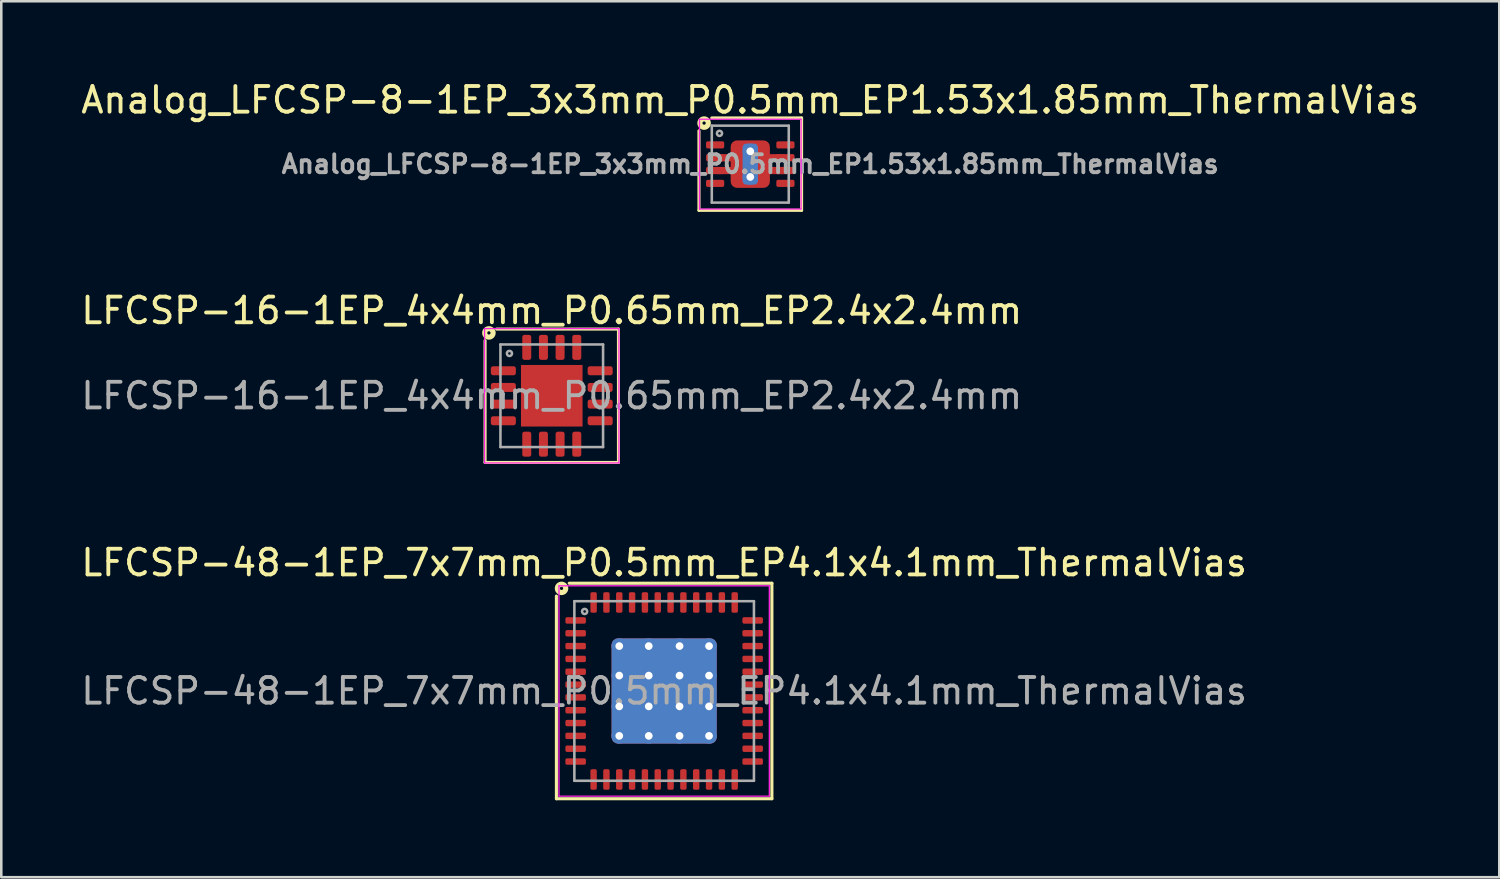
<source format=kicad_pcb>
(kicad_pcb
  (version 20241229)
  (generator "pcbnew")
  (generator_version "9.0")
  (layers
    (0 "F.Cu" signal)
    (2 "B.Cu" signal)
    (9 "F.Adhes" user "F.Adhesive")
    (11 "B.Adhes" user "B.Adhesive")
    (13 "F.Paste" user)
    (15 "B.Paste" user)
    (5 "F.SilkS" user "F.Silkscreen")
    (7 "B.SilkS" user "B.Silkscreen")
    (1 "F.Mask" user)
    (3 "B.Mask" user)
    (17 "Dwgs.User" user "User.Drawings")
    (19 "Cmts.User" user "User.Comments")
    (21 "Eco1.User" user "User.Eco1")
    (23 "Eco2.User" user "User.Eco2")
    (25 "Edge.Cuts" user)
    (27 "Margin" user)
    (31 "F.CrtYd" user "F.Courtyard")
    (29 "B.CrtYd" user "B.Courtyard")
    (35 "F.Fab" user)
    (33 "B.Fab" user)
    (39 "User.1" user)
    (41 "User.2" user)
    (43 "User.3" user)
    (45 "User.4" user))
  (footprint "LFCSP-16-1EP_4x4mm_P0.65mm_EP2.4x2.4mm"
    (layer "F.Cu")
    (at 18.458 12.377)
    (property "Reference" "LFCSP-16-1EP_4x4mm_P0.65mm_EP2.4x2.4mm" (at 0 -3.32 0) (layer "F.SilkS") (effects (font (size 1 1) (thickness 0.15))))
    (attr smd)
    (fp_line (start -2.6 2.6) (end -2.6 -2.15) (stroke (width 0.12) (type solid)) (layer "F.SilkS"))
    (fp_line (start 2.6 -2.6) (end -2.15 -2.6) (stroke (width 0.12) (type solid)) (layer "F.SilkS"))
    (fp_line (start 2.6 -2.6) (end 2.6 2.6) (stroke (width 0.12) (type solid)) (layer "F.SilkS"))
    (fp_line (start 2.6 2.6) (end -2.6 2.6) (stroke (width 0.12) (type solid)) (layer "F.SilkS"))
    (fp_circle (center -2.45 -2.45) (end -2.386 -2.45) (stroke (width 0.2) (type solid)) (fill no) (layer "F.SilkS"))
    (fp_line (start -2.62 -2.62) (end -2.62 2.62) (stroke (width 0.05) (type solid)) (layer "F.CrtYd"))
    (fp_line (start -2.62 2.62) (end 2.62 2.62) (stroke (width 0.05) (type solid)) (layer "F.CrtYd"))
    (fp_line (start 2.62 -2.62) (end -2.62 -2.62) (stroke (width 0.05) (type solid)) (layer "F.CrtYd"))
    (fp_line (start 2.62 2.62) (end 2.62 -2.62) (stroke (width 0.05) (type solid)) (layer "F.CrtYd"))
    (fp_line (start -2 -2) (end 2 -2) (stroke (width 0.1) (type solid)) (layer "F.Fab"))
    (fp_line (start -2 2) (end -2 -2) (stroke (width 0.1) (type solid)) (layer "F.Fab"))
    (fp_line (start 2 -2) (end 2 2) (stroke (width 0.1) (type solid)) (layer "F.Fab"))
    (fp_line (start 2 2) (end -2 2) (stroke (width 0.1) (type solid)) (layer "F.Fab"))
    (fp_circle (center -1.65 -1.65) (end -1.55 -1.65) (stroke (width 0.1) (type solid)) (fill no) (layer "F.Fab"))
    (fp_text user "${REFERENCE}" (at 0 0 0) (layer "F.Fab") (effects (font (size 1 1) (thickness 0.15))))
    (pad "" smd roundrect (at -0.6 -0.6) (size 0.97 0.97) (layers "F.Paste") (roundrect_rratio 0.25))
    (pad "" smd roundrect (at -0.6 0.6) (size 0.97 0.97) (layers "F.Paste") (roundrect_rratio 0.25))
    (pad "" smd roundrect (at 0.6 -0.6) (size 0.97 0.97) (layers "F.Paste") (roundrect_rratio 0.25))
    (pad "" smd roundrect (at 0.6 0.6) (size 0.97 0.97) (layers "F.Paste") (roundrect_rratio 0.25))
    (pad "1" smd roundrect (at -1.887 -0.975) (size 0.975 0.35) (layers "F.Cu" "F.Mask" "F.Paste") (roundrect_rratio 0.25))
    (pad "2" smd roundrect (at -1.887 -0.325) (size 0.975 0.35) (layers "F.Cu" "F.Mask" "F.Paste") (roundrect_rratio 0.25))
    (pad "3" smd roundrect (at -1.887 0.325) (size 0.975 0.35) (layers "F.Cu" "F.Mask" "F.Paste") (roundrect_rratio 0.25))
    (pad "4" smd roundrect (at -1.887 0.975) (size 0.975 0.35) (layers "F.Cu" "F.Mask" "F.Paste") (roundrect_rratio 0.25))
    (pad "5" smd roundrect (at -0.975 1.887) (size 0.35 0.975) (layers "F.Cu" "F.Mask" "F.Paste") (roundrect_rratio 0.25))
    (pad "6" smd roundrect (at -0.325 1.887) (size 0.35 0.975) (layers "F.Cu" "F.Mask" "F.Paste") (roundrect_rratio 0.25))
    (pad "7" smd roundrect (at 0.325 1.887) (size 0.35 0.975) (layers "F.Cu" "F.Mask" "F.Paste") (roundrect_rratio 0.25))
    (pad "8" smd roundrect (at 0.975 1.887) (size 0.35 0.975) (layers "F.Cu" "F.Mask" "F.Paste") (roundrect_rratio 0.25))
    (pad "9" smd roundrect (at 1.887 0.975) (size 0.975 0.35) (layers "F.Cu" "F.Mask" "F.Paste") (roundrect_rratio 0.25))
    (pad "10" smd roundrect (at 1.887 0.325) (size 0.975 0.35) (layers "F.Cu" "F.Mask" "F.Paste") (roundrect_rratio 0.25))
    (pad "11" smd roundrect (at 1.887 -0.325) (size 0.975 0.35) (layers "F.Cu" "F.Mask" "F.Paste") (roundrect_rratio 0.25))
    (pad "12" smd roundrect (at 1.887 -0.975) (size 0.975 0.35) (layers "F.Cu" "F.Mask" "F.Paste") (roundrect_rratio 0.25))
    (pad "13" smd roundrect (at 0.975 -1.887) (size 0.35 0.975) (layers "F.Cu" "F.Mask" "F.Paste") (roundrect_rratio 0.25))
    (pad "14" smd roundrect (at 0.325 -1.887) (size 0.35 0.975) (layers "F.Cu" "F.Mask" "F.Paste") (roundrect_rratio 0.25))
    (pad "15" smd roundrect (at -0.325 -1.887) (size 0.35 0.975) (layers "F.Cu" "F.Mask" "F.Paste") (roundrect_rratio 0.25))
    (pad "16" smd roundrect (at -0.975 -1.887) (size 0.35 0.975) (layers "F.Cu" "F.Mask" "F.Paste") (roundrect_rratio 0.25))
    (pad "17" smd rect (at 0 0) (size 2.4 2.4) (layers "F.Cu" "F.Mask")))
  (footprint "Analog_LFCSP-8-1EP_3x3mm_P0.5mm_EP1.53x1.85mm_ThermalVias"
    (layer "F.Cu")
    (at 26.196 3.348)
    (property "Reference" "Analog_LFCSP-8-1EP_3x3mm_P0.5mm_EP1.53x1.85mm_ThermalVias" (at 0 -2.5 0) (layer "F.SilkS") (effects (font (size 1 1) (thickness 0.15))))
    (attr smd)
    (fp_line (start -2 1.8) (end -2 -1.3) (stroke (width 0.12) (type solid)) (layer "F.SilkS"))
    (fp_line (start 2 -1.8) (end -1.5 -1.8) (stroke (width 0.12) (type solid)) (layer "F.SilkS"))
    (fp_line (start 2 -1.8) (end 2 1.8) (stroke (width 0.12) (type solid)) (layer "F.SilkS"))
    (fp_line (start 2 1.8) (end -2 1.8) (stroke (width 0.12) (type solid)) (layer "F.SilkS"))
    (fp_circle (center -1.8 -1.6) (end -1.736 -1.6) (stroke (width 0.2) (type solid)) (fill no) (layer "F.SilkS"))
    (fp_line (start -1.98 -1.75) (end 1.98 -1.75) (stroke (width 0.05) (type solid)) (layer "F.CrtYd"))
    (fp_line (start -1.98 1.75) (end -1.98 -1.75) (stroke (width 0.05) (type solid)) (layer "F.CrtYd"))
    (fp_line (start 1.98 -1.75) (end 1.98 1.75) (stroke (width 0.05) (type solid)) (layer "F.CrtYd"))
    (fp_line (start 1.98 1.75) (end -1.98 1.75) (stroke (width 0.05) (type solid)) (layer "F.CrtYd"))
    (fp_line (start -1.5 -1.5) (end -1.5 1.5) (stroke (width 0.1) (type solid)) (layer "F.Fab"))
    (fp_line (start -1.5 -1.5) (end 1.5 -1.5) (stroke (width 0.1) (type solid)) (layer "F.Fab"))
    (fp_line (start 1.5 1.5) (end -1.5 1.5) (stroke (width 0.1) (type solid)) (layer "F.Fab"))
    (fp_line (start 1.5 1.5) (end 1.5 -1.5) (stroke (width 0.1) (type solid)) (layer "F.Fab"))
    (fp_circle (center -1.2 -1.2) (end -1.1 -1.2) (stroke (width 0.1) (type solid)) (fill no) (layer "F.Fab"))
    (fp_text user "${REFERENCE}" (at 0 0 180) (layer "F.Fab") (effects (font (size 0.7 0.7) (thickness 0.15))))
    (pad "" smd roundrect (at 0 0) (size 1.2 1.55) (layers "F.Paste") (roundrect_rratio 0.208))
    (pad "1" smd roundrect (at -1.37 -0.75) (size 0.71 0.28) (layers "F.Cu" "F.Mask" "F.Paste") (roundrect_rratio 0.25))
    (pad "2" smd roundrect (at -1.37 -0.25) (size 0.71 0.28) (layers "F.Cu" "F.Mask" "F.Paste") (roundrect_rratio 0.25))
    (pad "2" smd roundrect (at -1.37 0.25) (size 0.71 0.28) (layers "F.Cu" "F.Mask" "F.Paste") (roundrect_rratio 0.25))
    (pad "2" smd roundrect (at -1.015 -0.25) (size 0.71 0.28) (layers "F.Cu" "F.Mask") (roundrect_rratio 0.25))
    (pad "2" smd roundrect (at -1 0.25) (size 0.71 0.28) (layers "F.Cu" "F.Mask") (roundrect_rratio 0.25))
    (pad "2" thru_hole circle (at 0 -0.5) (size 0.6 0.6) (drill 0.3) (property pad_prop_heatsink) (layers "*.Cu" "*.Mask"))
    (pad "2" smd roundrect (at 0 0) (size 0.6 1.6) (property pad_prop_heatsink) (layers "B.Cu" "B.Mask") (roundrect_rratio 0.25))
    (pad "2" smd roundrect (at 0 0 90) (size 1.85 1.53) (layers "F.Cu" "F.Mask") (roundrect_rratio 0.163))
    (pad "2" thru_hole circle (at 0 0.5) (size 0.6 0.6) (drill 0.3) (property pad_prop_heatsink) (layers "*.Cu" "*.Mask"))
    (pad "2" smd roundrect (at 1.015 -0.25) (size 0.71 0.28) (layers "F.Cu" "F.Mask") (roundrect_rratio 0.25))
    (pad "2" smd roundrect (at 1.015 0.25) (size 0.71 0.28) (layers "F.Cu" "F.Mask") (roundrect_rratio 0.25))
    (pad "2" smd roundrect (at 1.37 -0.25) (size 0.71 0.28) (layers "F.Cu" "F.Mask" "F.Paste") (roundrect_rratio 0.25))
    (pad "2" smd roundrect (at 1.37 0.25) (size 0.71 0.28) (layers "F.Cu" "F.Mask" "F.Paste") (roundrect_rratio 0.25))
    (pad "4" smd roundrect (at -1.37 0.75) (size 0.71 0.28) (layers "F.Cu" "F.Mask" "F.Paste") (roundrect_rratio 0.25))
    (pad "5" smd roundrect (at 1.37 0.75) (size 0.71 0.28) (layers "F.Cu" "F.Mask" "F.Paste") (roundrect_rratio 0.25))
    (pad "8" smd roundrect (at 1.37 -0.75) (size 0.71 0.28) (layers "F.Cu" "F.Mask" "F.Paste") (roundrect_rratio 0.25)))
  (footprint "LFCSP-48-1EP_7x7mm_P0.5mm_EP4.1x4.1mm_ThermalVias"
    (layer "F.Cu")
    (at 22.839 23.885)
    (property "Reference" "LFCSP-48-1EP_7x7mm_P0.5mm_EP4.1x4.1mm_ThermalVias" (at 0 -5 0) (layer "F.SilkS") (effects (font (size 1 1) (thickness 0.15))))
    (attr smd)
    (fp_line (start -4.2 4.2) (end -4.2 -3.7) (stroke (width 0.12) (type solid)) (layer "F.SilkS"))
    (fp_line (start 4.2 -4.2) (end -3.7 -4.2) (stroke (width 0.12) (type solid)) (layer "F.SilkS"))
    (fp_line (start 4.2 -4.2) (end 4.2 4.2) (stroke (width 0.12) (type solid)) (layer "F.SilkS"))
    (fp_line (start 4.2 4.2) (end -4.2 4.2) (stroke (width 0.12) (type solid)) (layer "F.SilkS"))
    (fp_circle (center -4 -4) (end -3.937 -4) (stroke (width 0.2) (type solid)) (fill no) (layer "F.SilkS"))
    (fp_line (start -4.1 -4.1) (end -4.1 4.1) (stroke (width 0.05) (type solid)) (layer "F.CrtYd"))
    (fp_line (start -4.1 4.1) (end 4.1 4.1) (stroke (width 0.05) (type solid)) (layer "F.CrtYd"))
    (fp_line (start 4.1 -4.1) (end -4.1 -4.1) (stroke (width 0.05) (type solid)) (layer "F.CrtYd"))
    (fp_line (start 4.1 4.1) (end 4.1 -4.1) (stroke (width 0.05) (type solid)) (layer "F.CrtYd"))
    (fp_line (start -3.5 -3.5) (end 3.5 -3.5) (stroke (width 0.1) (type solid)) (layer "F.Fab"))
    (fp_line (start -3.5 3.5) (end -3.5 -3.5) (stroke (width 0.1) (type solid)) (layer "F.Fab"))
    (fp_line (start 3.5 -3.5) (end 3.5 3.5) (stroke (width 0.1) (type solid)) (layer "F.Fab"))
    (fp_line (start 3.5 3.5) (end -3.5 3.5) (stroke (width 0.1) (type solid)) (layer "F.Fab"))
    (fp_circle (center -3.1 -3.1) (end -3 -3.1) (stroke (width 0.1) (type solid)) (fill no) (layer "F.Fab"))
    (fp_text user "${REFERENCE}" (at 0 0 0) (layer "F.Fab") (effects (font (size 1 1) (thickness 0.15))))
    (pad "" smd roundrect (at -1.37 -1.37) (size 1.14 1.14) (layers "F.Paste") (roundrect_rratio 0.219))
    (pad "" smd roundrect (at -1.37 0) (size 1.14 1.14) (layers "F.Paste") (roundrect_rratio 0.219))
    (pad "" smd roundrect (at -1.37 1.37) (size 1.14 1.14) (layers "F.Paste") (roundrect_rratio 0.219))
    (pad "" smd roundrect (at 0 -1.37) (size 1.14 1.14) (layers "F.Paste") (roundrect_rratio 0.219))
    (pad "" smd roundrect (at 0 0) (size 1.14 1.14) (layers "F.Paste") (roundrect_rratio 0.219))
    (pad "" smd roundrect (at 0 1.37) (size 1.14 1.14) (layers "F.Paste") (roundrect_rratio 0.219))
    (pad "" smd roundrect (at 1.37 -1.37) (size 1.14 1.14) (layers "F.Paste") (roundrect_rratio 0.219))
    (pad "" smd roundrect (at 1.37 0) (size 1.14 1.14) (layers "F.Paste") (roundrect_rratio 0.219))
    (pad "" smd roundrect (at 1.37 1.37) (size 1.14 1.14) (layers "F.Paste") (roundrect_rratio 0.219))
    (pad "1" smd roundrect (at -3.45 -2.75) (size 0.8 0.25) (layers "F.Cu" "F.Mask" "F.Paste") (roundrect_rratio 0.25))
    (pad "2" smd roundrect (at -3.45 -2.25) (size 0.8 0.25) (layers "F.Cu" "F.Mask" "F.Paste") (roundrect_rratio 0.25))
    (pad "3" smd roundrect (at -3.45 -1.75) (size 0.8 0.25) (layers "F.Cu" "F.Mask" "F.Paste") (roundrect_rratio 0.25))
    (pad "4" smd roundrect (at -3.45 -1.25) (size 0.8 0.25) (layers "F.Cu" "F.Mask" "F.Paste") (roundrect_rratio 0.25))
    (pad "5" smd roundrect (at -3.45 -0.75) (size 0.8 0.25) (layers "F.Cu" "F.Mask" "F.Paste") (roundrect_rratio 0.25))
    (pad "6" smd roundrect (at -3.45 -0.25) (size 0.8 0.25) (layers "F.Cu" "F.Mask" "F.Paste") (roundrect_rratio 0.25))
    (pad "7" smd roundrect (at -3.45 0.25) (size 0.8 0.25) (layers "F.Cu" "F.Mask" "F.Paste") (roundrect_rratio 0.25))
    (pad "8" smd roundrect (at -3.45 0.75) (size 0.8 0.25) (layers "F.Cu" "F.Mask" "F.Paste") (roundrect_rratio 0.25))
    (pad "9" smd roundrect (at -3.45 1.25) (size 0.8 0.25) (layers "F.Cu" "F.Mask" "F.Paste") (roundrect_rratio 0.25))
    (pad "10" smd roundrect (at -3.45 1.75) (size 0.8 0.25) (layers "F.Cu" "F.Mask" "F.Paste") (roundrect_rratio 0.25))
    (pad "11" smd roundrect (at -3.45 2.25) (size 0.8 0.25) (layers "F.Cu" "F.Mask" "F.Paste") (roundrect_rratio 0.25))
    (pad "12" smd roundrect (at -3.45 2.75) (size 0.8 0.25) (layers "F.Cu" "F.Mask" "F.Paste") (roundrect_rratio 0.25))
    (pad "13" smd roundrect (at -2.75 3.45) (size 0.25 0.8) (layers "F.Cu" "F.Mask" "F.Paste") (roundrect_rratio 0.25))
    (pad "14" smd roundrect (at -2.25 3.45) (size 0.25 0.8) (layers "F.Cu" "F.Mask" "F.Paste") (roundrect_rratio 0.25))
    (pad "15" smd roundrect (at -1.75 3.45) (size 0.25 0.8) (layers "F.Cu" "F.Mask" "F.Paste") (roundrect_rratio 0.25))
    (pad "16" smd roundrect (at -1.25 3.45) (size 0.25 0.8) (layers "F.Cu" "F.Mask" "F.Paste") (roundrect_rratio 0.25))
    (pad "17" smd roundrect (at -0.75 3.45) (size 0.25 0.8) (layers "F.Cu" "F.Mask" "F.Paste") (roundrect_rratio 0.25))
    (pad "18" smd roundrect (at -0.25 3.45) (size 0.25 0.8) (layers "F.Cu" "F.Mask" "F.Paste") (roundrect_rratio 0.25))
    (pad "19" smd roundrect (at 0.25 3.45) (size 0.25 0.8) (layers "F.Cu" "F.Mask" "F.Paste") (roundrect_rratio 0.25))
    (pad "20" smd roundrect (at 0.75 3.45) (size 0.25 0.8) (layers "F.Cu" "F.Mask" "F.Paste") (roundrect_rratio 0.25))
    (pad "21" smd roundrect (at 1.25 3.45) (size 0.25 0.8) (layers "F.Cu" "F.Mask" "F.Paste") (roundrect_rratio 0.25))
    (pad "22" smd roundrect (at 1.75 3.45) (size 0.25 0.8) (layers "F.Cu" "F.Mask" "F.Paste") (roundrect_rratio 0.25))
    (pad "23" smd roundrect (at 2.25 3.45) (size 0.25 0.8) (layers "F.Cu" "F.Mask" "F.Paste") (roundrect_rratio 0.25))
    (pad "24" smd roundrect (at 2.75 3.45) (size 0.25 0.8) (layers "F.Cu" "F.Mask" "F.Paste") (roundrect_rratio 0.25))
    (pad "25" smd roundrect (at 3.45 2.75) (size 0.8 0.25) (layers "F.Cu" "F.Mask" "F.Paste") (roundrect_rratio 0.25))
    (pad "26" smd roundrect (at 3.45 2.25) (size 0.8 0.25) (layers "F.Cu" "F.Mask" "F.Paste") (roundrect_rratio 0.25))
    (pad "27" smd roundrect (at 3.45 1.75) (size 0.8 0.25) (layers "F.Cu" "F.Mask" "F.Paste") (roundrect_rratio 0.25))
    (pad "28" smd roundrect (at 3.45 1.25) (size 0.8 0.25) (layers "F.Cu" "F.Mask" "F.Paste") (roundrect_rratio 0.25))
    (pad "29" smd roundrect (at 3.45 0.75) (size 0.8 0.25) (layers "F.Cu" "F.Mask" "F.Paste") (roundrect_rratio 0.25))
    (pad "30" smd roundrect (at 3.45 0.25) (size 0.8 0.25) (layers "F.Cu" "F.Mask" "F.Paste") (roundrect_rratio 0.25))
    (pad "31" smd roundrect (at 3.45 -0.25) (size 0.8 0.25) (layers "F.Cu" "F.Mask" "F.Paste") (roundrect_rratio 0.25))
    (pad "32" smd roundrect (at 3.45 -0.75) (size 0.8 0.25) (layers "F.Cu" "F.Mask" "F.Paste") (roundrect_rratio 0.25))
    (pad "33" smd roundrect (at 3.45 -1.25) (size 0.8 0.25) (layers "F.Cu" "F.Mask" "F.Paste") (roundrect_rratio 0.25))
    (pad "34" smd roundrect (at 3.45 -1.75) (size 0.8 0.25) (layers "F.Cu" "F.Mask" "F.Paste") (roundrect_rratio 0.25))
    (pad "35" smd roundrect (at 3.45 -2.25) (size 0.8 0.25) (layers "F.Cu" "F.Mask" "F.Paste") (roundrect_rratio 0.25))
    (pad "36" smd roundrect (at 3.45 -2.75) (size 0.8 0.25) (layers "F.Cu" "F.Mask" "F.Paste") (roundrect_rratio 0.25))
    (pad "37" smd roundrect (at 2.75 -3.45) (size 0.25 0.8) (layers "F.Cu" "F.Mask" "F.Paste") (roundrect_rratio 0.25))
    (pad "38" smd roundrect (at 2.25 -3.45) (size 0.25 0.8) (layers "F.Cu" "F.Mask" "F.Paste") (roundrect_rratio 0.25))
    (pad "39" smd roundrect (at 1.75 -3.45) (size 0.25 0.8) (layers "F.Cu" "F.Mask" "F.Paste") (roundrect_rratio 0.25))
    (pad "40" smd roundrect (at 1.25 -3.45) (size 0.25 0.8) (layers "F.Cu" "F.Mask" "F.Paste") (roundrect_rratio 0.25))
    (pad "41" smd roundrect (at 0.75 -3.45) (size 0.25 0.8) (layers "F.Cu" "F.Mask" "F.Paste") (roundrect_rratio 0.25))
    (pad "42" smd roundrect (at 0.25 -3.45) (size 0.25 0.8) (layers "F.Cu" "F.Mask" "F.Paste") (roundrect_rratio 0.25))
    (pad "43" smd roundrect (at -0.25 -3.45) (size 0.25 0.8) (layers "F.Cu" "F.Mask" "F.Paste") (roundrect_rratio 0.25))
    (pad "44" smd roundrect (at -0.75 -3.45) (size 0.25 0.8) (layers "F.Cu" "F.Mask" "F.Paste") (roundrect_rratio 0.25))
    (pad "45" smd roundrect (at -1.25 -3.45) (size 0.25 0.8) (layers "F.Cu" "F.Mask" "F.Paste") (roundrect_rratio 0.25))
    (pad "46" smd roundrect (at -1.75 -3.45) (size 0.25 0.8) (layers "F.Cu" "F.Mask" "F.Paste") (roundrect_rratio 0.25))
    (pad "47" smd roundrect (at -2.25 -3.45) (size 0.25 0.8) (layers "F.Cu" "F.Mask" "F.Paste") (roundrect_rratio 0.25))
    (pad "48" smd roundrect (at -2.75 -3.45) (size 0.25 0.8) (layers "F.Cu" "F.Mask" "F.Paste") (roundrect_rratio 0.25))
    (pad "49" thru_hole circle (at -1.75 -1.75) (size 0.6 0.6) (drill 0.3) (property pad_prop_heatsink) (layers "*.Cu"))
    (pad "49" thru_hole circle (at -1.75 -0.6) (size 0.6 0.6) (drill 0.3) (property pad_prop_heatsink) (layers "*.Cu"))
    (pad "49" thru_hole circle (at -1.75 0.6) (size 0.6 0.6) (drill 0.3) (property pad_prop_heatsink) (layers "*.Cu"))
    (pad "49" thru_hole circle (at -1.75 1.75) (size 0.6 0.6) (drill 0.3) (property pad_prop_heatsink) (layers "*.Cu"))
    (pad "49" thru_hole circle (at -0.6 -1.75) (size 0.6 0.6) (drill 0.3) (property pad_prop_heatsink) (layers "*.Cu"))
    (pad "49" thru_hole circle (at -0.6 -0.6) (size 0.6 0.6) (drill 0.3) (property pad_prop_heatsink) (layers "*.Cu"))
    (pad "49" thru_hole circle (at -0.6 0.6) (size 0.6 0.6) (drill 0.3) (property pad_prop_heatsink) (layers "*.Cu"))
    (pad "49" thru_hole circle (at -0.6 1.75) (size 0.6 0.6) (drill 0.3) (property pad_prop_heatsink) (layers "*.Cu"))
    (pad "49" smd roundrect (at 0 0) (size 4.1 4.1) (layers "F.Cu" "F.Mask") (roundrect_rratio 0.061))
    (pad "49" smd roundrect (at 0 0) (size 4.1 4.1) (layers "B.Cu" "B.Mask") (roundrect_rratio 0.061))
    (pad "49" thru_hole circle (at 0.6 -1.75) (size 0.6 0.6) (drill 0.3) (property pad_prop_heatsink) (layers "*.Cu"))
    (pad "49" thru_hole circle (at 0.6 -0.6) (size 0.6 0.6) (drill 0.3) (property pad_prop_heatsink) (layers "*.Cu"))
    (pad "49" thru_hole circle (at 0.6 0.6) (size 0.6 0.6) (drill 0.3) (property pad_prop_heatsink) (layers "*.Cu"))
    (pad "49" thru_hole circle (at 0.6 1.75) (size 0.6 0.6) (drill 0.3) (property pad_prop_heatsink) (layers "*.Cu"))
    (pad "49" thru_hole circle (at 1.75 -1.75) (size 0.6 0.6) (drill 0.3) (property pad_prop_heatsink) (layers "*.Cu"))
    (pad "49" thru_hole circle (at 1.75 -0.6) (size 0.6 0.6) (drill 0.3) (property pad_prop_heatsink) (layers "*.Cu"))
    (pad "49" thru_hole circle (at 1.75 0.6) (size 0.6 0.6) (drill 0.3) (property pad_prop_heatsink) (layers "*.Cu"))
    (pad "49" thru_hole circle (at 1.75 1.75) (size 0.6 0.6) (drill 0.3) (property pad_prop_heatsink) (layers "*.Cu")))
  (gr_rect
    (start -3 -3)
    (end 55.393 31.145)
    (stroke (width 0.1) (type default))
    (fill no)
    (layer "Edge.Cuts")))
</source>
